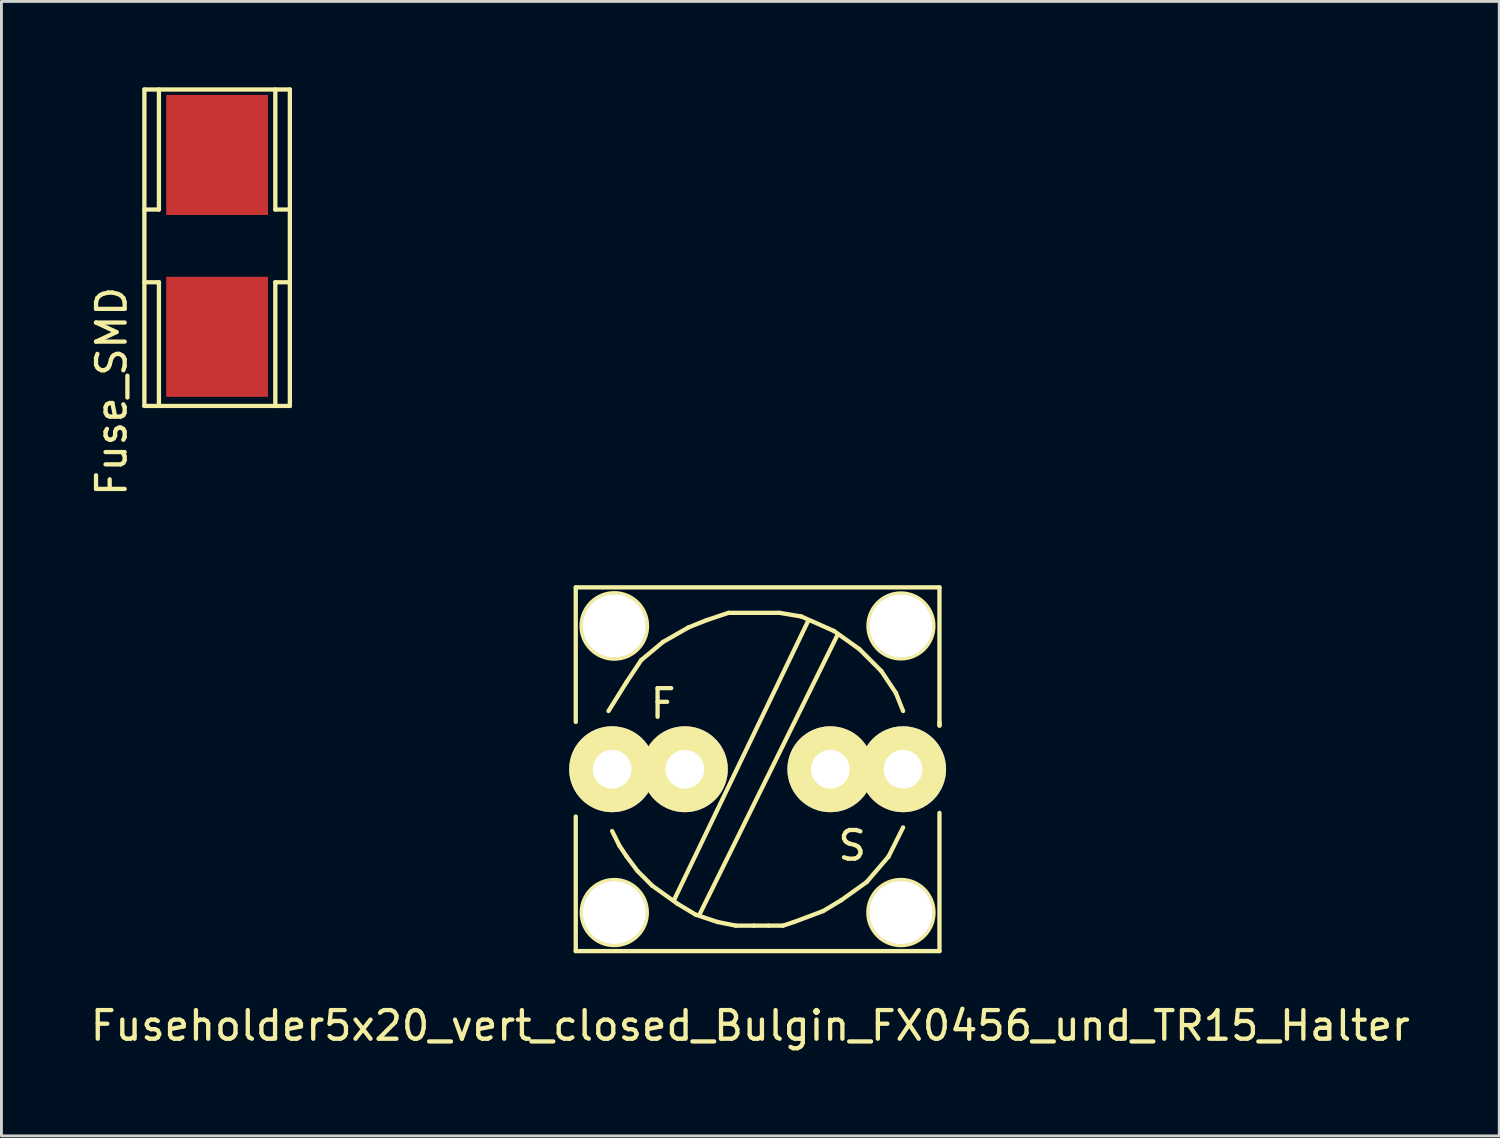
<source format=kicad_pcb>
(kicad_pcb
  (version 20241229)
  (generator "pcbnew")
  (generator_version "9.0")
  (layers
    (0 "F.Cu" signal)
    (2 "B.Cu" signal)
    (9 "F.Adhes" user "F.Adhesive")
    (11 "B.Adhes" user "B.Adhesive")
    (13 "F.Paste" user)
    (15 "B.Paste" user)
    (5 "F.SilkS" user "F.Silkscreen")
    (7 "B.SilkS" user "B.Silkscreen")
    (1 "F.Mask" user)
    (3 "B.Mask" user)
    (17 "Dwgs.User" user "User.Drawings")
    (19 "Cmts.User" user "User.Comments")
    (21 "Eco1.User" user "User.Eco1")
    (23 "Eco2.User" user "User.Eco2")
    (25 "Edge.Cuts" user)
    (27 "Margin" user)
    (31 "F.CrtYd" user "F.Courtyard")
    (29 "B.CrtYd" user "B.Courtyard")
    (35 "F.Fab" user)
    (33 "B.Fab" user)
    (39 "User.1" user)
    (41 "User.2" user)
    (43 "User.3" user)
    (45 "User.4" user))
  (footprint "Fuseholder5x20_vert_closed_Bulgin_FX0456_und_TR15_Halter"
    (layer "F.Cu")
    (at 23.403 23.809)
    (property "Reference" "Fuseholder5x20_vert_closed_Bulgin_FX0456_und_TR15_Halter" (at -0.254 8.954 0) (layer "F.SilkS") (effects (font (size 1 1) (thickness 0.15))))
    (attr through_hole)
    (fp_line (start -6.35 -6.35) (end -6.35 -1.651) (stroke (width 0.15) (type solid)) (layer "F.SilkS"))
    (fp_line (start -6.35 6.35) (end -6.35 1.651) (stroke (width 0.15) (type solid)) (layer "F.SilkS"))
    (fp_line (start -6.35 6.35) (end 6.35 6.35) (stroke (width 0.15) (type solid)) (layer "F.SilkS"))
    (fp_line (start -5.08 2.159) (end -4.826 2.667) (stroke (width 0.15) (type solid)) (layer "F.SilkS"))
    (fp_line (start -4.826 2.667) (end -4.572 3.048) (stroke (width 0.15) (type solid)) (layer "F.SilkS"))
    (fp_line (start -4.572 -3.048) (end -5.207 -2.032) (stroke (width 0.15) (type solid)) (layer "F.SilkS"))
    (fp_line (start -4.572 3.048) (end -4.191 3.556) (stroke (width 0.15) (type solid)) (layer "F.SilkS"))
    (fp_line (start -4.191 3.556) (end -3.683 4.064) (stroke (width 0.15) (type solid)) (layer "F.SilkS"))
    (fp_line (start -4.064 -3.81) (end -4.572 -3.048) (stroke (width 0.15) (type solid)) (layer "F.SilkS"))
    (fp_line (start -3.683 4.064) (end -2.794 4.699) (stroke (width 0.15) (type solid)) (layer "F.SilkS"))
    (fp_line (start -3.302 -4.445) (end -4.064 -3.81) (stroke (width 0.15) (type solid)) (layer "F.SilkS"))
    (fp_line (start -2.794 4.699) (end -2.159 5.08) (stroke (width 0.15) (type solid)) (layer "F.SilkS"))
    (fp_line (start -2.413 -4.953) (end -3.302 -4.445) (stroke (width 0.15) (type solid)) (layer "F.SilkS"))
    (fp_line (start -2.159 5.08) (end -1.397 5.334) (stroke (width 0.15) (type solid)) (layer "F.SilkS"))
    (fp_line (start -1.778 -5.207) (end -2.413 -4.953) (stroke (width 0.15) (type solid)) (layer "F.SilkS"))
    (fp_line (start -1.397 5.334) (end -0.762 5.461) (stroke (width 0.15) (type solid)) (layer "F.SilkS"))
    (fp_line (start -1.016 -5.461) (end -1.778 -5.207) (stroke (width 0.15) (type solid)) (layer "F.SilkS"))
    (fp_line (start -0.762 5.461) (end -0.127 5.461) (stroke (width 0.15) (type solid)) (layer "F.SilkS"))
    (fp_line (start -0.127 5.461) (end 0.381 5.461) (stroke (width 0.15) (type solid)) (layer "F.SilkS"))
    (fp_line (start 0.381 5.461) (end 0.889 5.461) (stroke (width 0.15) (type solid)) (layer "F.SilkS"))
    (fp_line (start 0.762 -5.461) (end -1.016 -5.461) (stroke (width 0.15) (type solid)) (layer "F.SilkS"))
    (fp_line (start 0.889 5.461) (end 1.27 5.334) (stroke (width 0.15) (type solid)) (layer "F.SilkS"))
    (fp_line (start 1.27 5.334) (end 2.286 4.953) (stroke (width 0.15) (type solid)) (layer "F.SilkS"))
    (fp_line (start 1.524 -5.334) (end 0.762 -5.461) (stroke (width 0.15) (type solid)) (layer "F.SilkS"))
    (fp_line (start 1.778 -5.207) (end -2.921 4.572) (stroke (width 0.15) (type solid)) (layer "F.SilkS"))
    (fp_line (start 2.286 4.953) (end 2.921 4.572) (stroke (width 0.15) (type solid)) (layer "F.SilkS"))
    (fp_line (start 2.667 -4.826) (end 1.524 -5.334) (stroke (width 0.15) (type solid)) (layer "F.SilkS"))
    (fp_line (start 2.794 -4.699) (end -2.032 5.08) (stroke (width 0.15) (type solid)) (layer "F.SilkS"))
    (fp_line (start 2.921 4.572) (end 3.81 3.937) (stroke (width 0.15) (type solid)) (layer "F.SilkS"))
    (fp_line (start 3.556 -4.191) (end 2.667 -4.826) (stroke (width 0.15) (type solid)) (layer "F.SilkS"))
    (fp_line (start 3.81 3.937) (end 4.572 3.048) (stroke (width 0.15) (type solid)) (layer "F.SilkS"))
    (fp_line (start 4.318 -3.429) (end 3.556 -4.191) (stroke (width 0.15) (type solid)) (layer "F.SilkS"))
    (fp_line (start 4.572 3.048) (end 5.08 2.032) (stroke (width 0.15) (type solid)) (layer "F.SilkS"))
    (fp_line (start 4.826 -2.667) (end 4.318 -3.429) (stroke (width 0.15) (type solid)) (layer "F.SilkS"))
    (fp_line (start 5.08 -2.032) (end 4.826 -2.667) (stroke (width 0.15) (type solid)) (layer "F.SilkS"))
    (fp_line (start 6.35 -6.35) (end -6.35 -6.35) (stroke (width 0.15) (type solid)) (layer "F.SilkS"))
    (fp_line (start 6.35 -6.35) (end 6.35 -1.524) (stroke (width 0.15) (type solid)) (layer "F.SilkS"))
    (fp_line (start 6.35 -1.524) (end 6.35 -1.651) (stroke (width 0.15) (type solid)) (layer "F.SilkS"))
    (fp_line (start 6.35 6.35) (end 6.35 1.524) (stroke (width 0.15) (type solid)) (layer "F.SilkS"))
    (fp_circle (center -5.004 -5.004) (end -4.597 -3.937) (stroke (width 0.15) (type solid)) (fill no) (layer "F.SilkS"))
    (fp_circle (center -5.004 5.004) (end -4.496 6.02) (stroke (width 0.15) (type solid)) (fill no) (layer "F.SilkS"))
    (fp_circle (center 5.004 -5.004) (end 5.385 -3.937) (stroke (width 0.15) (type solid)) (fill no) (layer "F.SilkS"))
    (fp_circle (center 5.004 5.004) (end 5.563 5.994) (stroke (width 0.15) (type solid)) (fill no) (layer "F.SilkS"))
    (fp_text user "F" (at -3.302 -2.286 0) (layer "F.SilkS") (effects (font (size 1 1) (thickness 0.15))))
    (fp_text user "S" (at 3.302 2.667 0) (layer "F.SilkS") (effects (font (size 1 1) (thickness 0.15))))
    (pad "1" thru_hole circle (at -5.08 0) (size 3 3) (drill 1.349) (layers "*.Cu" "*.Mask" "F.SilkS"))
    (pad "1" thru_hole circle (at -2.54 0) (size 3 3) (drill 1.349) (layers "*.Cu" "*.Mask" "F.SilkS"))
    (pad "2" thru_hole circle (at 2.54 0) (size 3 3) (drill 1.349) (layers "*.Cu" "*.Mask" "F.SilkS"))
    (pad "2" thru_hole circle (at 5.08 0) (size 3 3) (drill 1.349) (layers "*.Cu" "*.Mask" "F.SilkS"))
    (pad "3" thru_hole circle (at -5.004 -5.004) (size 2.2 2.2) (drill 2.2) (layers "*.Cu" "F.SilkS" "Dwgs.User"))
    (pad "3" thru_hole circle (at -5.004 5.004) (size 2.2 2.2) (drill 2.2) (layers "*.Cu" "F.SilkS" "Dwgs.User"))
    (pad "3" thru_hole circle (at 5.004 -5.004) (size 2.2 2.2) (drill 2.2) (layers "*.Cu" "F.SilkS" "Dwgs.User"))
    (pad "3" thru_hole circle (at 5.004 5.004) (size 2.2 2.2) (drill 2.2) (layers "*.Cu" "F.SilkS" "Dwgs.User")))
  (footprint "Fuse_SMD"
    (layer "F.Cu")
    (at 4.531 5.536)
    (property "Reference" "Fuse_SMD" (at -3.683 5.08 90) (layer "F.SilkS") (effects (font (size 1 1) (thickness 0.15))))
    (attr smd)
    (fp_line (start -2.54 -5.461) (end -2.54 5.588) (stroke (width 0.15) (type solid)) (layer "F.SilkS"))
    (fp_line (start -2.54 -5.461) (end 2.54 -5.461) (stroke (width 0.15) (type solid)) (layer "F.SilkS"))
    (fp_line (start -2.032 -5.461) (end -2.032 -1.27) (stroke (width 0.15) (type solid)) (layer "F.SilkS"))
    (fp_line (start -2.032 -1.27) (end -2.54 -1.27) (stroke (width 0.15) (type solid)) (layer "F.SilkS"))
    (fp_line (start -2.032 1.27) (end -2.54 1.27) (stroke (width 0.15) (type solid)) (layer "F.SilkS"))
    (fp_line (start -2.032 5.588) (end -2.032 1.27) (stroke (width 0.15) (type solid)) (layer "F.SilkS"))
    (fp_line (start 2.032 -5.461) (end 2.032 -1.27) (stroke (width 0.15) (type solid)) (layer "F.SilkS"))
    (fp_line (start 2.032 -1.27) (end 2.54 -1.27) (stroke (width 0.15) (type solid)) (layer "F.SilkS"))
    (fp_line (start 2.032 1.27) (end 2.54 1.27) (stroke (width 0.15) (type solid)) (layer "F.SilkS"))
    (fp_line (start 2.032 5.588) (end 2.032 1.27) (stroke (width 0.15) (type solid)) (layer "F.SilkS"))
    (fp_line (start 2.54 5.588) (end -2.54 5.588) (stroke (width 0.15) (type solid)) (layer "F.SilkS"))
    (fp_line (start 2.54 5.588) (end 2.54 -5.461) (stroke (width 0.15) (type solid)) (layer "F.SilkS"))
    (pad "1" smd rect (at 0 -3.175) (size 3.556 4.191) (layers "F.Cu" "F.Mask" "F.Paste"))
    (pad "2" smd rect (at 0 3.175) (size 3.556 4.191) (layers "F.Cu" "F.Mask" "F.Paste")))
  (gr_rect
    (start -3 -3)
    (end 49.298 36.611)
    (stroke (width 0.1) (type default))
    (fill no)
    (layer "Edge.Cuts")))
</source>
